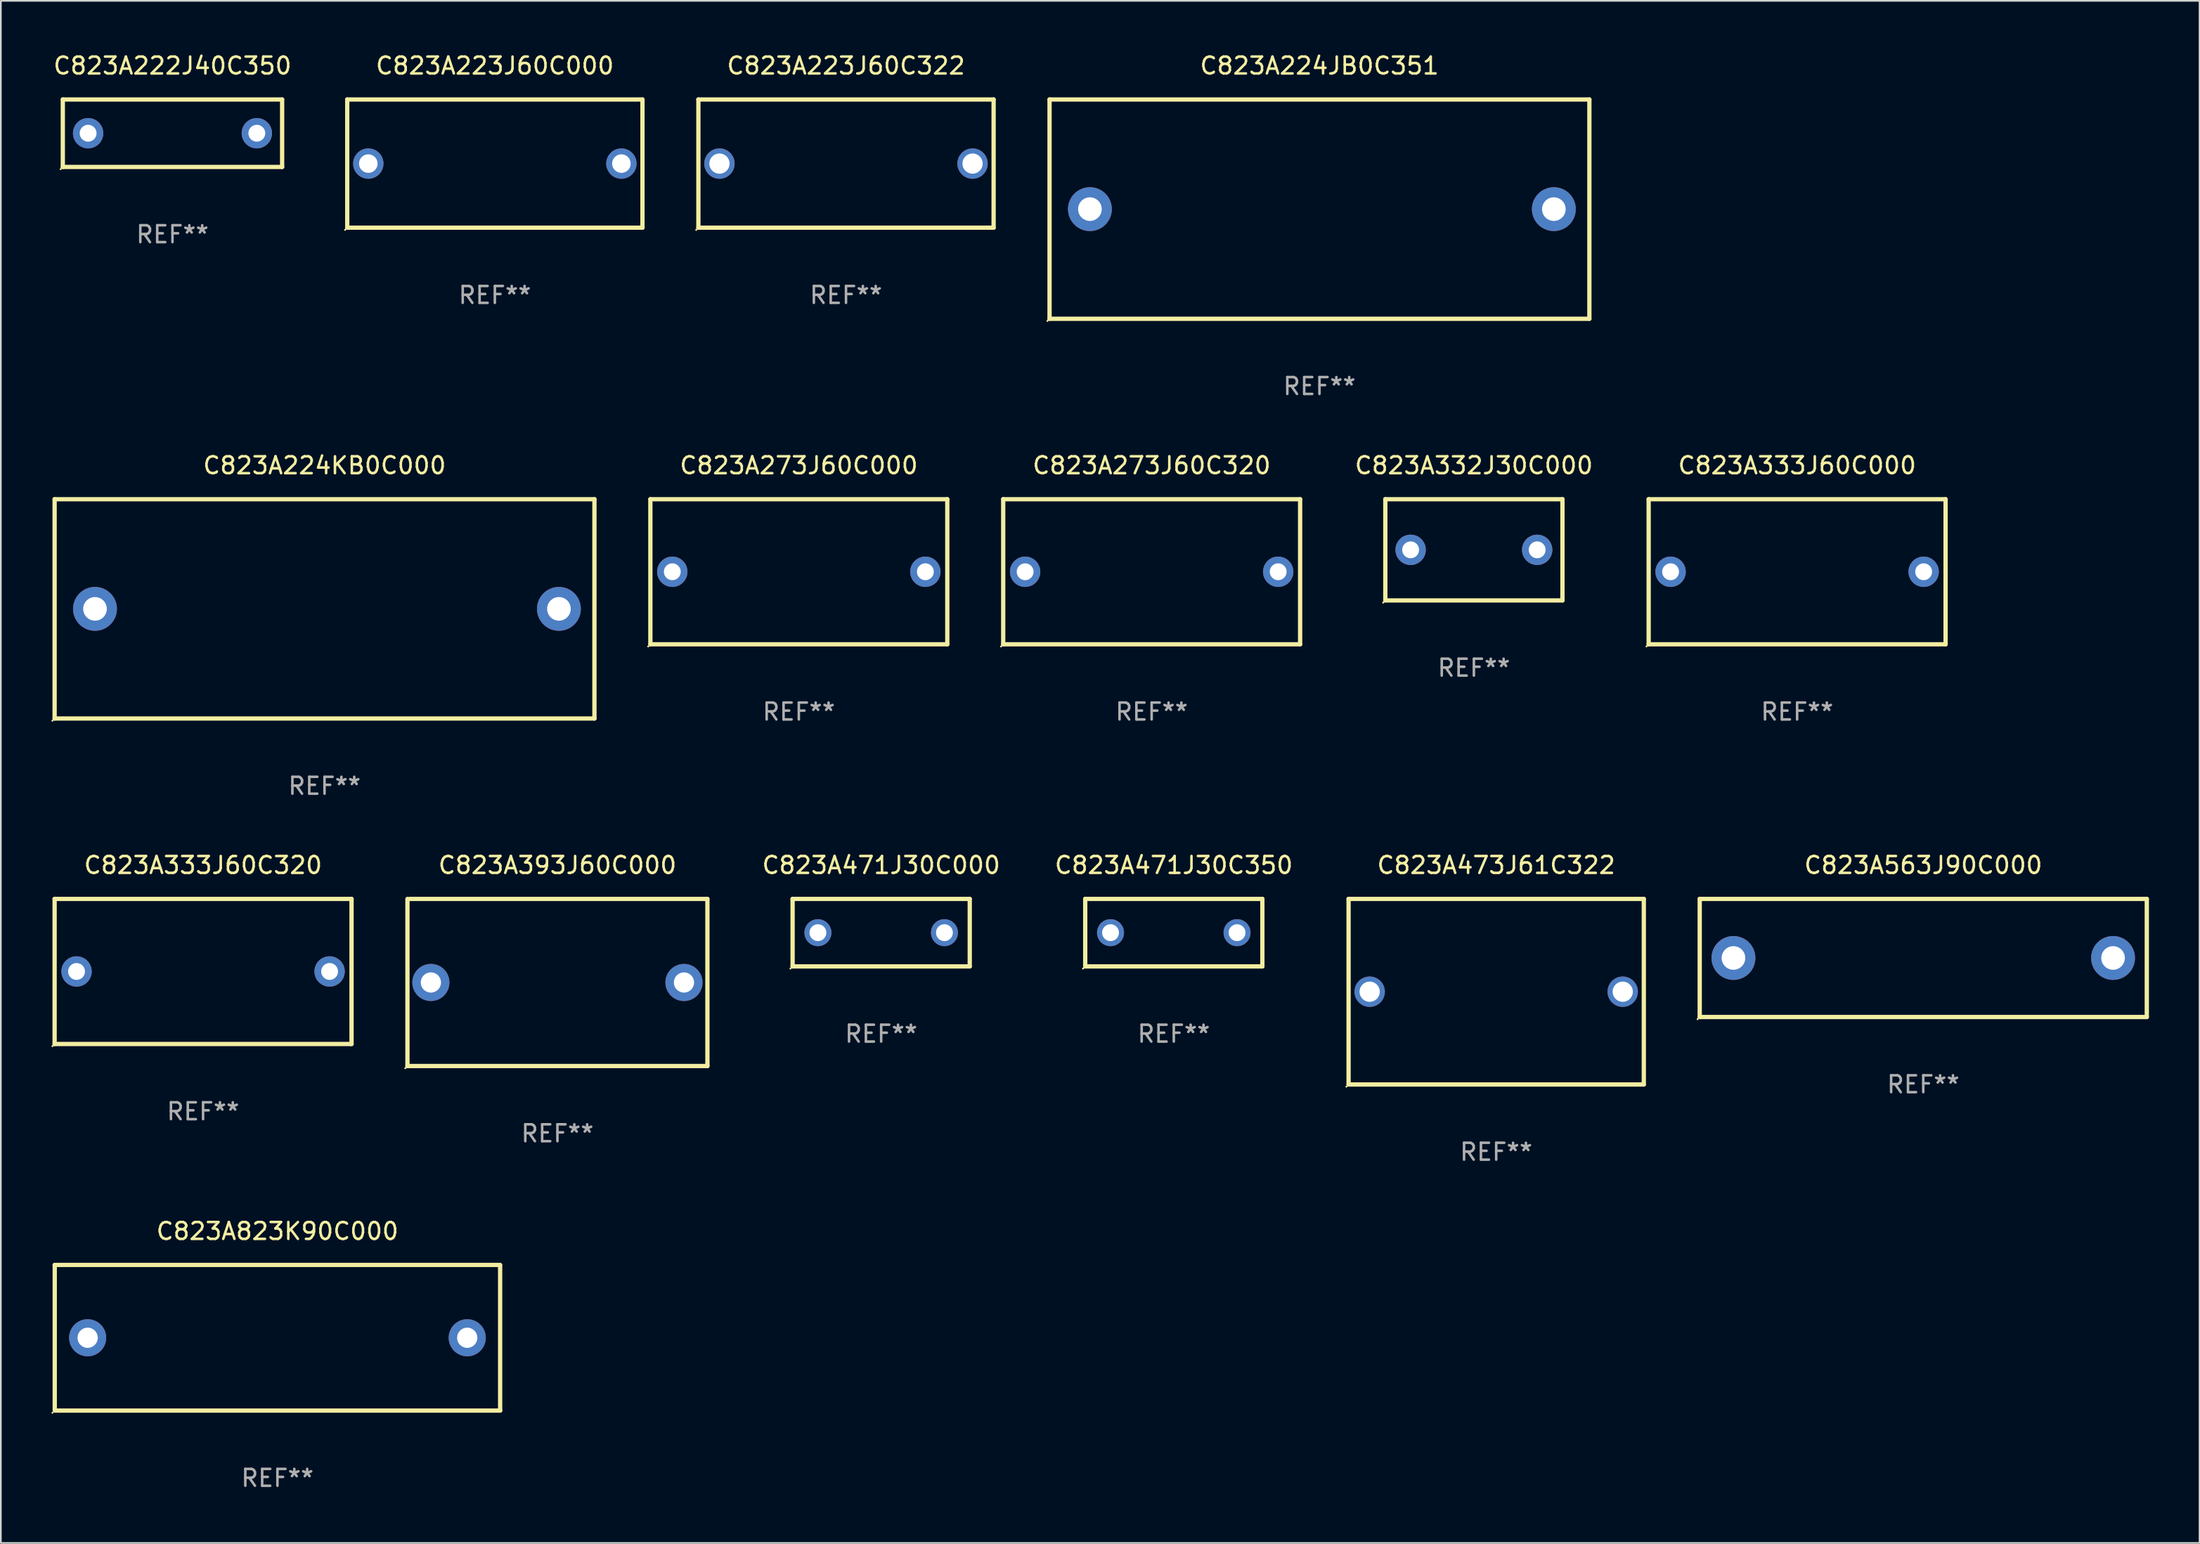
<source format=kicad_pcb>
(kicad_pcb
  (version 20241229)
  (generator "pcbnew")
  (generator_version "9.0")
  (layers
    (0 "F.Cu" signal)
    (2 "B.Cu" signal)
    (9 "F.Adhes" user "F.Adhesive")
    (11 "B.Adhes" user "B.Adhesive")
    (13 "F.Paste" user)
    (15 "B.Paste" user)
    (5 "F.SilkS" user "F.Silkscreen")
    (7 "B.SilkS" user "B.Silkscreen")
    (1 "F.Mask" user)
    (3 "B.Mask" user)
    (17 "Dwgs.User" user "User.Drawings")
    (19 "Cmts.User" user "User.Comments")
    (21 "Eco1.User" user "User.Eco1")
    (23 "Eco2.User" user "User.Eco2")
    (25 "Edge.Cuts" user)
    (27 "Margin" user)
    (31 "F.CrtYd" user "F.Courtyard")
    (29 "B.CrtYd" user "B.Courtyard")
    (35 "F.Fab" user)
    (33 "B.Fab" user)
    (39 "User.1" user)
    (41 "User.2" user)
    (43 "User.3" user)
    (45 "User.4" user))
  (footprint "C823A471J30C350"
    (layer "F.Cu")
    (at 66.526 52.241)
    (property "Reference" "C823A471J30C350" (at 0 -4 0) (layer "F.SilkS") (effects (font (size 1 1) (thickness 0.15))))
    (attr through_hole)
    (fp_line (start -5.25 -2) (end 5.25 -2) (stroke (width 0.254) (type solid)) (layer "F.SilkS"))
    (fp_line (start -5.25 2) (end -5.25 -2) (stroke (width 0.254) (type solid)) (layer "F.SilkS"))
    (fp_line (start 5.25 -2) (end 5.25 2) (stroke (width 0.254) (type solid)) (layer "F.SilkS"))
    (fp_line (start 5.25 2) (end -5.25 2) (stroke (width 0.254) (type solid)) (layer "F.SilkS"))
    (fp_circle (center -5.377 2.127) (end -5.347 2.127) (stroke (width 0.06) (type solid)) (fill no) (layer "F.SilkS"))
    (fp_text user "REF**" (at 0 6 0) (layer "F.Fab") (effects (font (size 1 1) (thickness 0.15))))
    (pad "1" thru_hole circle (at -3.75 0) (size 1.6 1.6) (drill 1) (layers "*.Cu" "*.Mask"))
    (pad "2" thru_hole circle (at 3.75 0) (size 1.6 1.6) (drill 1) (layers "*.Cu" "*.Mask")))
  (footprint "C823A471J30C000"
    (layer "F.Cu")
    (at 49.181 52.241)
    (property "Reference" "C823A471J30C000" (at 0 -4 0) (layer "F.SilkS") (effects (font (size 1 1) (thickness 0.15))))
    (attr through_hole)
    (fp_line (start -5.25 -2) (end 5.25 -2) (stroke (width 0.254) (type solid)) (layer "F.SilkS"))
    (fp_line (start -5.25 2) (end -5.25 -2) (stroke (width 0.254) (type solid)) (layer "F.SilkS"))
    (fp_line (start 5.25 -2) (end 5.25 2) (stroke (width 0.254) (type solid)) (layer "F.SilkS"))
    (fp_line (start 5.25 2) (end -5.25 2) (stroke (width 0.254) (type solid)) (layer "F.SilkS"))
    (fp_circle (center -5.377 2.127) (end -5.347 2.127) (stroke (width 0.06) (type solid)) (fill no) (layer "F.SilkS"))
    (fp_text user "REF**" (at 0 6 0) (layer "F.Fab") (effects (font (size 1 1) (thickness 0.15))))
    (pad "1" thru_hole circle (at -3.75 0) (size 1.6 1.6) (drill 1) (layers "*.Cu" "*.Mask"))
    (pad "2" thru_hole circle (at 3.75 0) (size 1.6 1.6) (drill 1) (layers "*.Cu" "*.Mask")))
  (footprint "C823A224KB0C000"
    (layer "F.Cu")
    (at 16.186 33.045)
    (property "Reference" "C823A224KB0C000" (at 0 -8.5 0) (layer "F.SilkS") (effects (font (size 1 1) (thickness 0.15))))
    (attr through_hole)
    (fp_line (start -15.999 -6.5) (end -15.999 6.5) (stroke (width 0.254) (type solid)) (layer "F.SilkS"))
    (fp_line (start -15.999 -6.5) (end 15.999 -6.5) (stroke (width 0.254) (type solid)) (layer "F.SilkS"))
    (fp_line (start 15.999 -6.5) (end 15.999 6.5) (stroke (width 0.254) (type solid)) (layer "F.SilkS"))
    (fp_line (start 15.999 6.5) (end -15.999 6.5) (stroke (width 0.254) (type solid)) (layer "F.SilkS"))
    (fp_circle (center -16.126 6.627) (end -16.096 6.627) (stroke (width 0.06) (type solid)) (fill no) (layer "F.SilkS"))
    (fp_text user "REF**" (at 0 10.5 0) (layer "F.Fab") (effects (font (size 1 1) (thickness 0.15))))
    (pad "1" thru_hole circle (at -13.606 0) (size 2.6 2.6) (drill 1.4) (layers "*.Cu" "*.Mask"))
    (pad "2" thru_hole circle (at 13.894 0) (size 2.6 2.6) (drill 1.4) (layers "*.Cu" "*.Mask")))
  (footprint "C823A393J60C000"
    (layer "F.Cu")
    (at 29.991 55.194)
    (property "Reference" "C823A393J60C000" (at 0 -6.953 0) (layer "F.SilkS") (effects (font (size 1 1) (thickness 0.15))))
    (attr through_hole)
    (fp_line (start -8.89 4.953) (end -8.89 -4.953) (stroke (width 0.254) (type solid)) (layer "F.SilkS"))
    (fp_line (start -8.763 -4.953) (end 8.89 -4.953) (stroke (width 0.254) (type solid)) (layer "F.SilkS"))
    (fp_line (start 8.89 -4.953) (end 8.89 4.953) (stroke (width 0.254) (type solid)) (layer "F.SilkS"))
    (fp_line (start 8.89 4.953) (end -8.89 4.953) (stroke (width 0.254) (type solid)) (layer "F.SilkS"))
    (fp_circle (center -9.017 5.08) (end -8.987 5.08) (stroke (width 0.06) (type solid)) (fill no) (layer "F.SilkS"))
    (fp_text user "REF**" (at 0 8.953 0) (layer "F.Fab") (effects (font (size 1 1) (thickness 0.15))))
    (pad "1" thru_hole circle (at -7.501 0) (size 2.2 2.2) (drill 1.2) (layers "*.Cu" "*.Mask"))
    (pad "2" thru_hole circle (at 7.501 0) (size 2.2 2.2) (drill 1.2) (layers "*.Cu" "*.Mask")))
  (footprint "C823A273J60C000"
    (layer "F.Cu")
    (at 44.3 30.845)
    (property "Reference" "C823A273J60C000" (at 0 -6.3 0) (layer "F.SilkS") (effects (font (size 1 1) (thickness 0.15))))
    (attr through_hole)
    (fp_line (start -8.8 -4.3) (end -8.8 4.3) (stroke (width 0.254) (type solid)) (layer "F.SilkS"))
    (fp_line (start -8.8 -4.3) (end 8.8 -4.3) (stroke (width 0.254) (type solid)) (layer "F.SilkS"))
    (fp_line (start -8.8 4.3) (end 8.8 4.3) (stroke (width 0.254) (type solid)) (layer "F.SilkS"))
    (fp_line (start 8.8 -4.3) (end 8.8 4.3) (stroke (width 0.254) (type solid)) (layer "F.SilkS"))
    (fp_circle (center -8.927 4.427) (end -8.897 4.427) (stroke (width 0.06) (type solid)) (fill no) (layer "F.SilkS"))
    (fp_text user "REF**" (at 0 8.3 0) (layer "F.Fab") (effects (font (size 1 1) (thickness 0.15))))
    (pad "1" thru_hole circle (at -7.5 0) (size 1.8 1.8) (drill 1) (layers "*.Cu" "*.Mask"))
    (pad "2" thru_hole circle (at 7.5 0) (size 1.8 1.8) (drill 1) (layers "*.Cu" "*.Mask")))
  (footprint "C823A333J60C000"
    (layer "F.Cu")
    (at 103.473 30.845)
    (property "Reference" "C823A333J60C000" (at 0 -6.3 0) (layer "F.SilkS") (effects (font (size 1 1) (thickness 0.15))))
    (attr through_hole)
    (fp_line (start -8.8 -4.3) (end -8.8 4.3) (stroke (width 0.254) (type solid)) (layer "F.SilkS"))
    (fp_line (start -8.8 -4.3) (end 8.8 -4.3) (stroke (width 0.254) (type solid)) (layer "F.SilkS"))
    (fp_line (start -8.8 4.3) (end 8.8 4.3) (stroke (width 0.254) (type solid)) (layer "F.SilkS"))
    (fp_line (start 8.8 -4.3) (end 8.8 4.3) (stroke (width 0.254) (type solid)) (layer "F.SilkS"))
    (fp_circle (center -8.927 4.427) (end -8.897 4.427) (stroke (width 0.06) (type solid)) (fill no) (layer "F.SilkS"))
    (fp_text user "REF**" (at 0 8.3 0) (layer "F.Fab") (effects (font (size 1 1) (thickness 0.15))))
    (pad "1" thru_hole circle (at -7.5 0) (size 1.8 1.8) (drill 1) (layers "*.Cu" "*.Mask"))
    (pad "2" thru_hole circle (at 7.5 0) (size 1.8 1.8) (drill 1) (layers "*.Cu" "*.Mask")))
  (footprint "C823A823K90C000"
    (layer "F.Cu")
    (at 13.395 76.256)
    (property "Reference" "C823A823K90C000" (at 0 -6.318 0) (layer "F.SilkS") (effects (font (size 1 1) (thickness 0.15))))
    (attr through_hole)
    (fp_line (start -13.208 -4.318) (end 13.193 -4.318) (stroke (width 0.254) (type solid)) (layer "F.SilkS"))
    (fp_line (start -13.2 4.3) (end -13.2 -4.3) (stroke (width 0.254) (type solid)) (layer "F.SilkS"))
    (fp_line (start 13.2 -4.3) (end 13.2 4.3) (stroke (width 0.254) (type solid)) (layer "F.SilkS"))
    (fp_line (start 13.208 4.318) (end -13.193 4.318) (stroke (width 0.254) (type solid)) (layer "F.SilkS"))
    (fp_circle (center -13.335 4.445) (end -13.305 4.445) (stroke (width 0.06) (type solid)) (fill no) (layer "F.SilkS"))
    (fp_text user "REF**" (at 0 8.318 0) (layer "F.Fab") (effects (font (size 1 1) (thickness 0.15))))
    (pad "1" thru_hole circle (at -11.25 0) (size 2.2 2.2) (drill 1.2) (layers "*.Cu" "*.Mask"))
    (pad "2" thru_hole circle (at 11.25 0) (size 2.2 2.2) (drill 1.2) (layers "*.Cu" "*.Mask")))
  (footprint "C823A222J40C350"
    (layer "F.Cu")
    (at 7.173 4.848)
    (property "Reference" "C823A222J40C350" (at 0 -4 0) (layer "F.SilkS") (effects (font (size 1 1) (thickness 0.15))))
    (attr through_hole)
    (fp_line (start -6.5 -2) (end 6.5 -2) (stroke (width 0.254) (type solid)) (layer "F.SilkS"))
    (fp_line (start -6.5 2) (end -6.5 -2) (stroke (width 0.254) (type solid)) (layer "F.SilkS"))
    (fp_line (start 6.5 -2) (end 6.5 2) (stroke (width 0.254) (type solid)) (layer "F.SilkS"))
    (fp_line (start 6.5 2) (end -6.5 2) (stroke (width 0.254) (type solid)) (layer "F.SilkS"))
    (fp_circle (center -6.627 2.127) (end -6.597 2.127) (stroke (width 0.06) (type solid)) (fill no) (layer "F.SilkS"))
    (fp_text user "REF**" (at 0 6 0) (layer "F.Fab") (effects (font (size 1 1) (thickness 0.15))))
    (pad "1" thru_hole circle (at -5 0) (size 1.8 1.8) (drill 1) (layers "*.Cu" "*.Mask"))
    (pad "2" thru_hole circle (at 5 0) (size 1.8 1.8) (drill 1) (layers "*.Cu" "*.Mask")))
  (footprint "C823A223J60C322"
    (layer "F.Cu")
    (at 47.096 6.648)
    (property "Reference" "C823A223J60C322" (at 0 -5.8 0) (layer "F.SilkS") (effects (font (size 1 1) (thickness 0.15))))
    (attr through_hole)
    (fp_line (start -8.75 -3.8) (end 8.75 -3.8) (stroke (width 0.254) (type solid)) (layer "F.SilkS"))
    (fp_line (start -8.75 3.8) (end -8.75 -3.8) (stroke (width 0.254) (type solid)) (layer "F.SilkS"))
    (fp_line (start 8.75 -3.8) (end 8.75 3.8) (stroke (width 0.254) (type solid)) (layer "F.SilkS"))
    (fp_line (start 8.75 3.8) (end -8.75 3.8) (stroke (width 0.254) (type solid)) (layer "F.SilkS"))
    (fp_circle (center -8.877 3.927) (end -8.847 3.927) (stroke (width 0.06) (type solid)) (fill no) (layer "F.SilkS"))
    (fp_text user "REF**" (at 0 7.8 0) (layer "F.Fab") (effects (font (size 1 1) (thickness 0.15))))
    (pad "1" thru_hole circle (at -7.501 0) (size 1.8 1.8) (drill 1.2) (layers "*.Cu" "*.Mask"))
    (pad "2" thru_hole circle (at 7.501 0) (size 1.8 1.8) (drill 1.2) (layers "*.Cu" "*.Mask")))
  (footprint "C823A333J60C320"
    (layer "F.Cu")
    (at 8.987 54.541)
    (property "Reference" "C823A333J60C320" (at 0 -6.3 0) (layer "F.SilkS") (effects (font (size 1 1) (thickness 0.15))))
    (attr through_hole)
    (fp_line (start -8.8 -4.3) (end -8.8 4.3) (stroke (width 0.254) (type solid)) (layer "F.SilkS"))
    (fp_line (start -8.8 -4.3) (end 8.8 -4.3) (stroke (width 0.254) (type solid)) (layer "F.SilkS"))
    (fp_line (start -8.8 4.3) (end 8.8 4.3) (stroke (width 0.254) (type solid)) (layer "F.SilkS"))
    (fp_line (start 8.8 -4.3) (end 8.8 4.3) (stroke (width 0.254) (type solid)) (layer "F.SilkS"))
    (fp_circle (center -8.927 4.427) (end -8.897 4.427) (stroke (width 0.06) (type solid)) (fill no) (layer "F.SilkS"))
    (fp_text user "REF**" (at 0 8.3 0) (layer "F.Fab") (effects (font (size 1 1) (thickness 0.15))))
    (pad "1" thru_hole circle (at -7.5 0) (size 1.8 1.8) (drill 1) (layers "*.Cu" "*.Mask"))
    (pad "2" thru_hole circle (at 7.5 0) (size 1.8 1.8) (drill 1) (layers "*.Cu" "*.Mask")))
  (footprint "C823A473J61C322"
    (layer "F.Cu")
    (at 85.636 55.741)
    (property "Reference" "C823A473J61C322" (at 0 -7.5 0) (layer "F.SilkS") (effects (font (size 1 1) (thickness 0.15))))
    (attr through_hole)
    (fp_line (start -8.75 -5.5) (end 8.75 -5.5) (stroke (width 0.254) (type solid)) (layer "F.SilkS"))
    (fp_line (start -8.75 5.5) (end -8.75 -5.5) (stroke (width 0.254) (type solid)) (layer "F.SilkS"))
    (fp_line (start 8.75 -5.5) (end 8.75 5.5) (stroke (width 0.254) (type solid)) (layer "F.SilkS"))
    (fp_line (start 8.75 5.5) (end -8.75 5.5) (stroke (width 0.254) (type solid)) (layer "F.SilkS"))
    (fp_circle (center -8.877 5.627) (end -8.847 5.627) (stroke (width 0.06) (type solid)) (fill no) (layer "F.SilkS"))
    (fp_text user "REF**" (at 0 9.5 0) (layer "F.Fab") (effects (font (size 1 1) (thickness 0.15))))
    (pad "1" thru_hole circle (at -7.5 0) (size 1.8 1.8) (drill 1.2) (layers "*.Cu" "*.Mask"))
    (pad "2" thru_hole circle (at 7.5 0) (size 1.8 1.8) (drill 1.2) (layers "*.Cu" "*.Mask")))
  (footprint "C823A273J60C320"
    (layer "F.Cu")
    (at 65.214 30.845)
    (property "Reference" "C823A273J60C320" (at 0 -6.3 0) (layer "F.SilkS") (effects (font (size 1 1) (thickness 0.15))))
    (attr through_hole)
    (fp_line (start -8.8 -4.3) (end -8.8 4.3) (stroke (width 0.254) (type solid)) (layer "F.SilkS"))
    (fp_line (start -8.8 -4.3) (end 8.8 -4.3) (stroke (width 0.254) (type solid)) (layer "F.SilkS"))
    (fp_line (start -8.8 4.3) (end 8.8 4.3) (stroke (width 0.254) (type solid)) (layer "F.SilkS"))
    (fp_line (start 8.8 -4.3) (end 8.8 4.3) (stroke (width 0.254) (type solid)) (layer "F.SilkS"))
    (fp_circle (center -8.927 4.427) (end -8.897 4.427) (stroke (width 0.06) (type solid)) (fill no) (layer "F.SilkS"))
    (fp_text user "REF**" (at 0 8.3 0) (layer "F.Fab") (effects (font (size 1 1) (thickness 0.15))))
    (pad "1" thru_hole circle (at -7.5 0) (size 1.8 1.8) (drill 1) (layers "*.Cu" "*.Mask"))
    (pad "2" thru_hole circle (at 7.5 0) (size 1.8 1.8) (drill 1) (layers "*.Cu" "*.Mask")))
  (footprint "C823A224JB0C351"
    (layer "F.Cu")
    (at 75.16 9.348)
    (property "Reference" "C823A224JB0C351" (at 0 -8.5 0) (layer "F.SilkS") (effects (font (size 1 1) (thickness 0.15))))
    (attr through_hole)
    (fp_line (start -15.999 -6.5) (end -15.999 6.5) (stroke (width 0.254) (type solid)) (layer "F.SilkS"))
    (fp_line (start -15.999 -6.5) (end 15.999 -6.5) (stroke (width 0.254) (type solid)) (layer "F.SilkS"))
    (fp_line (start 15.999 -6.5) (end 15.999 6.5) (stroke (width 0.254) (type solid)) (layer "F.SilkS"))
    (fp_line (start 15.999 6.5) (end -15.999 6.5) (stroke (width 0.254) (type solid)) (layer "F.SilkS"))
    (fp_circle (center -16.126 6.627) (end -16.096 6.627) (stroke (width 0.06) (type solid)) (fill no) (layer "F.SilkS"))
    (fp_text user "REF**" (at 0 10.5 0) (layer "F.Fab") (effects (font (size 1 1) (thickness 0.15))))
    (pad "1" thru_hole circle (at -13.606 0) (size 2.6 2.6) (drill 1.4) (layers "*.Cu" "*.Mask"))
    (pad "2" thru_hole circle (at 13.894 0) (size 2.6 2.6) (drill 1.4) (layers "*.Cu" "*.Mask")))
  (footprint "C823A223J60C000"
    (layer "F.Cu")
    (at 26.282 6.648)
    (property "Reference" "C823A223J60C000" (at 0 -5.8 0) (layer "F.SilkS") (effects (font (size 1 1) (thickness 0.15))))
    (attr through_hole)
    (fp_line (start -8.75 -3.8) (end 8.75 -3.8) (stroke (width 0.254) (type solid)) (layer "F.SilkS"))
    (fp_line (start -8.75 3.8) (end -8.75 -3.8) (stroke (width 0.254) (type solid)) (layer "F.SilkS"))
    (fp_line (start 8.75 -3.8) (end 8.75 3.8) (stroke (width 0.254) (type solid)) (layer "F.SilkS"))
    (fp_line (start 8.75 3.8) (end -8.75 3.8) (stroke (width 0.254) (type solid)) (layer "F.SilkS"))
    (fp_circle (center -8.877 3.927) (end -8.847 3.927) (stroke (width 0.06) (type solid)) (fill no) (layer "F.SilkS"))
    (fp_text user "REF**" (at 0 7.8 0) (layer "F.Fab") (effects (font (size 1 1) (thickness 0.15))))
    (pad "1" thru_hole circle (at -7.501 0) (size 1.8 1.8) (drill 1.1) (layers "*.Cu" "*.Mask"))
    (pad "2" thru_hole circle (at 7.501 0) (size 1.8 1.8) (drill 1.1) (layers "*.Cu" "*.Mask")))
  (footprint "C823A563J90C000"
    (layer "F.Cu")
    (at 110.95 53.741)
    (property "Reference" "C823A563J90C000" (at 0 -5.5 0) (layer "F.SilkS") (effects (font (size 1 1) (thickness 0.15))))
    (attr through_hole)
    (fp_line (start -13.25 -3.5) (end 13.25 -3.5) (stroke (width 0.254) (type solid)) (layer "F.SilkS"))
    (fp_line (start -13.25 3.5) (end -13.25 -3.5) (stroke (width 0.254) (type solid)) (layer "F.SilkS"))
    (fp_line (start 13.25 -3.5) (end 13.25 3.5) (stroke (width 0.254) (type solid)) (layer "F.SilkS"))
    (fp_line (start 13.25 3.5) (end -13.25 3.5) (stroke (width 0.254) (type solid)) (layer "F.SilkS"))
    (fp_circle (center -13.377 3.627) (end -13.347 3.627) (stroke (width 0.06) (type solid)) (fill no) (layer "F.SilkS"))
    (fp_text user "REF**" (at 0 7.5 0) (layer "F.Fab") (effects (font (size 1 1) (thickness 0.15))))
    (pad "1" thru_hole circle (at -11.25 0) (size 2.6 2.6) (drill 1.4) (layers "*.Cu" "*.Mask"))
    (pad "2" thru_hole circle (at 11.25 0) (size 2.6 2.6) (drill 1.4) (layers "*.Cu" "*.Mask")))
  (footprint "C823A332J30C000"
    (layer "F.Cu")
    (at 84.314 29.545)
    (property "Reference" "C823A332J30C000" (at 0 -5 0) (layer "F.SilkS") (effects (font (size 1 1) (thickness 0.15))))
    (attr through_hole)
    (fp_line (start -5.25 -3) (end 5.25 -3) (stroke (width 0.254) (type solid)) (layer "F.SilkS"))
    (fp_line (start -5.25 3) (end -5.25 -3) (stroke (width 0.254) (type solid)) (layer "F.SilkS"))
    (fp_line (start 5.25 -0.591) (end 5.25 -3) (stroke (width 0.254) (type solid)) (layer "F.SilkS"))
    (fp_line (start 5.25 3) (end 5.25 -0.591) (stroke (width 0.254) (type solid)) (layer "F.SilkS"))
    (fp_line (start 5.25 3) (end -5.25 3) (stroke (width 0.254) (type solid)) (layer "F.SilkS"))
    (fp_circle (center -5.377 3.127) (end -5.347 3.127) (stroke (width 0.06) (type solid)) (fill no) (layer "F.SilkS"))
    (fp_text user "REF**" (at 0 7 0) (layer "F.Fab") (effects (font (size 1 1) (thickness 0.15))))
    (pad "1" thru_hole circle (at -3.75 0) (size 1.8 1.8) (drill 1) (layers "*.Cu" "*.Mask"))
    (pad "2" thru_hole circle (at 3.75 0) (size 1.8 1.8) (drill 1) (layers "*.Cu" "*.Mask")))
  (gr_rect
    (start -3 -3)
    (end 127.327 88.422)
    (stroke (width 0.1) (type default))
    (fill no)
    (layer "Edge.Cuts")))
</source>
